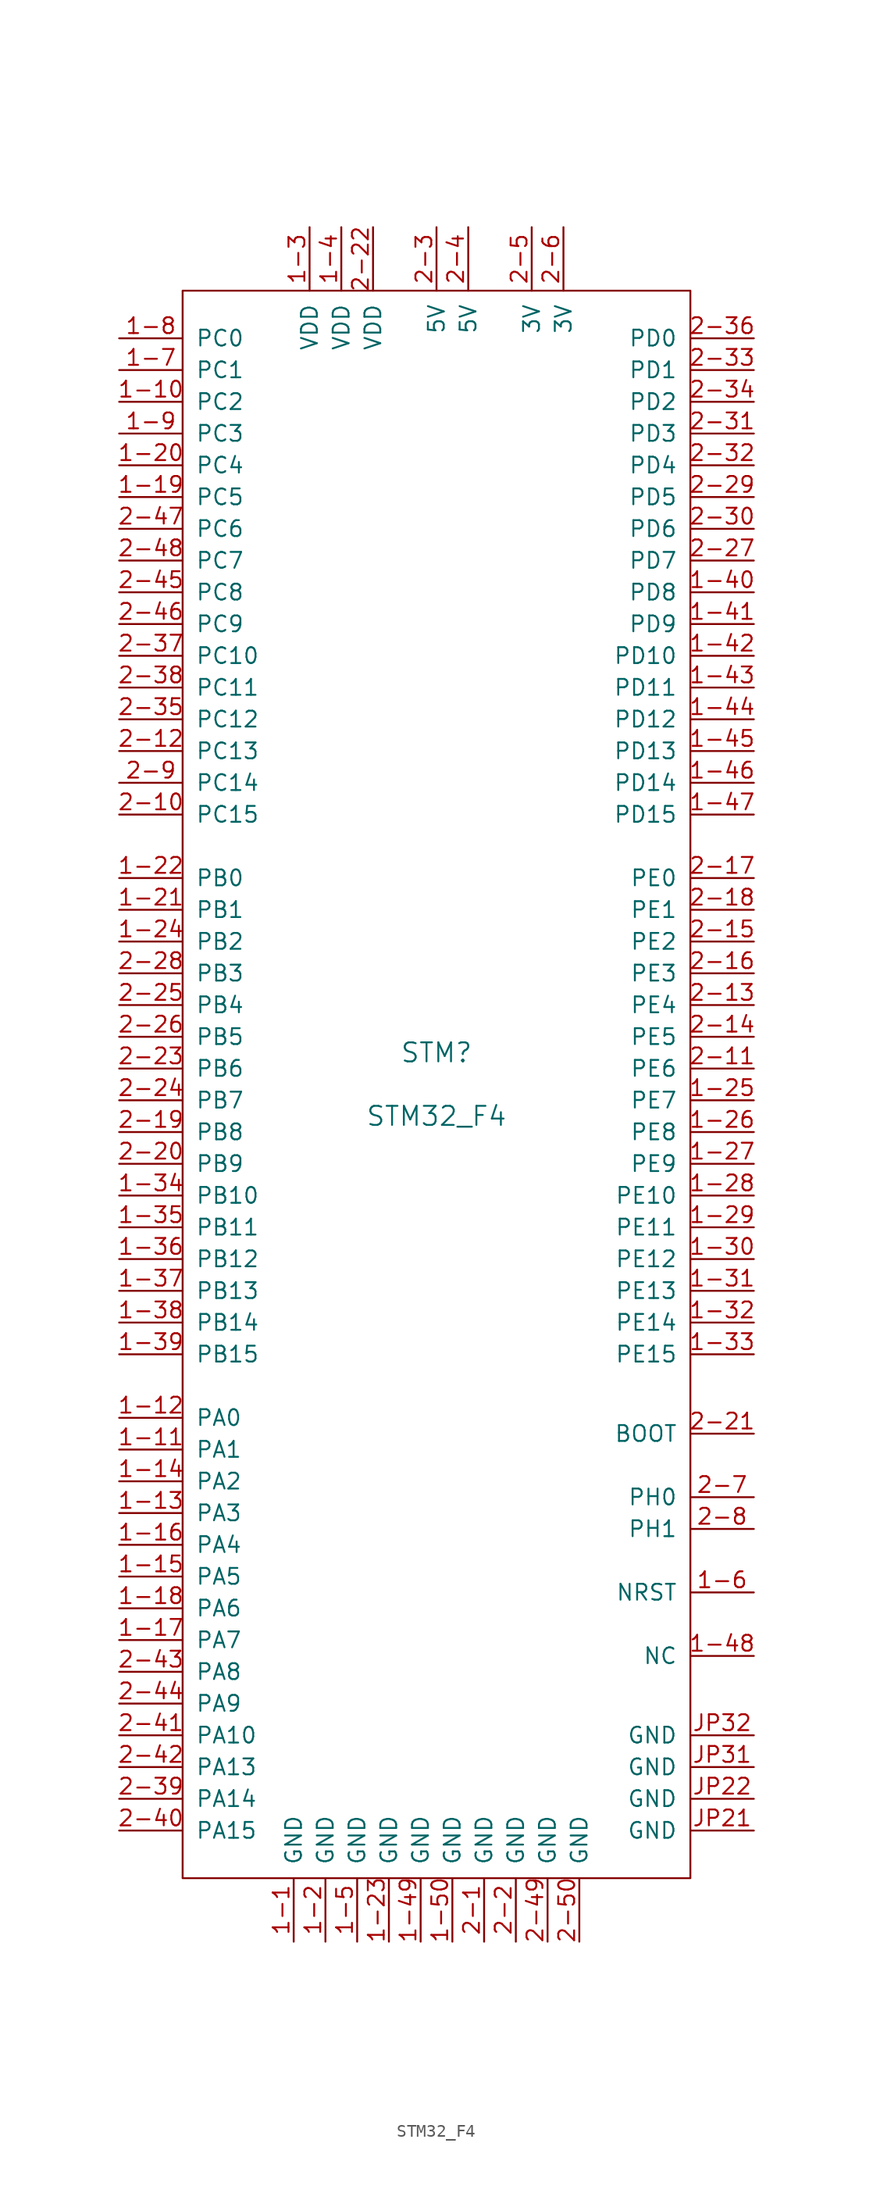
<source format=kicad_sym>
(kicad_symbol_lib
  (version 20220914)
  (generator kicad_symbol_editor)
  (symbol "STM32_F4"
    (pin_names
      (offset 1.016))
    (property "Reference" "STM"
      (at 0 2.54 0)
      (effects (font (size 1.524 1.524))))
    (property "Value" "STM32_F4"
      (at 0 -2.54 0)
      (effects (font (size 1.524 1.524))))
    (property "Footprint" ""
      (at 0 0 0)
      (effects (font (size 1.524 1.524))))
    (property "Datasheet" ""
      (at 0 0 0)
      (effects (font (size 1.524 1.524))))
    (symbol "STM32_F4_0_1"
      (rectangle (start -20.32 63.5) (end 20.32 -63.5) (stroke (width 0) (type default)) (fill (type none))))
    (symbol "STM32_F4_1_1"
      (pin passive line (at -11.43 -68.58 90) (length 5.08) (name "GND" (effects (font (size 1.27 1.27)))) (number "1-1" (effects (font (size 1.27 1.27)))))
      (pin passive line (at -25.4 54.61 0) (length 5.08) (name "PC2" (effects (font (size 1.27 1.27)))) (number "1-10" (effects (font (size 1.27 1.27)))))
      (pin passive line (at -25.4 -29.21 0) (length 5.08) (name "PA1" (effects (font (size 1.27 1.27)))) (number "1-11" (effects (font (size 1.27 1.27)))))
      (pin passive line (at -25.4 -26.67 0) (length 5.08) (name "PA0" (effects (font (size 1.27 1.27)))) (number "1-12" (effects (font (size 1.27 1.27)))))
      (pin passive line (at -25.4 -34.29 0) (length 5.08) (name "PA3" (effects (font (size 1.27 1.27)))) (number "1-13" (effects (font (size 1.27 1.27)))))
      (pin passive line (at -25.4 -31.75 0) (length 5.08) (name "PA2" (effects (font (size 1.27 1.27)))) (number "1-14" (effects (font (size 1.27 1.27)))))
      (pin passive line (at -25.4 -39.37 0) (length 5.08) (name "PA5" (effects (font (size 1.27 1.27)))) (number "1-15" (effects (font (size 1.27 1.27)))))
      (pin passive line (at -25.4 -36.83 0) (length 5.08) (name "PA4" (effects (font (size 1.27 1.27)))) (number "1-16" (effects (font (size 1.27 1.27)))))
      (pin passive line (at -25.4 -44.45 0) (length 5.08) (name "PA7" (effects (font (size 1.27 1.27)))) (number "1-17" (effects (font (size 1.27 1.27)))))
      (pin passive line (at -25.4 -41.91 0) (length 5.08) (name "PA6" (effects (font (size 1.27 1.27)))) (number "1-18" (effects (font (size 1.27 1.27)))))
      (pin passive line (at -25.4 46.99 0) (length 5.08) (name "PC5" (effects (font (size 1.27 1.27)))) (number "1-19" (effects (font (size 1.27 1.27)))))
      (pin passive line (at -8.89 -68.58 90) (length 5.08) (name "GND" (effects (font (size 1.27 1.27)))) (number "1-2" (effects (font (size 1.27 1.27)))))
      (pin passive line (at -25.4 49.53 0) (length 5.08) (name "PC4" (effects (font (size 1.27 1.27)))) (number "1-20" (effects (font (size 1.27 1.27)))))
      (pin passive line (at -25.4 13.97 0) (length 5.08) (name "PB1" (effects (font (size 1.27 1.27)))) (number "1-21" (effects (font (size 1.27 1.27)))))
      (pin passive line (at -25.4 16.51 0) (length 5.08) (name "PB0" (effects (font (size 1.27 1.27)))) (number "1-22" (effects (font (size 1.27 1.27)))))
      (pin passive line (at -3.81 -68.58 90) (length 5.08) (name "GND" (effects (font (size 1.27 1.27)))) (number "1-23" (effects (font (size 1.27 1.27)))))
      (pin passive line (at -25.4 11.43 0) (length 5.08) (name "PB2" (effects (font (size 1.27 1.27)))) (number "1-24" (effects (font (size 1.27 1.27)))))
      (pin passive line (at 25.4 -1.27 180) (length 5.08) (name "PE7" (effects (font (size 1.27 1.27)))) (number "1-25" (effects (font (size 1.27 1.27)))))
      (pin passive line (at 25.4 -3.81 180) (length 5.08) (name "PE8" (effects (font (size 1.27 1.27)))) (number "1-26" (effects (font (size 1.27 1.27)))))
      (pin passive line (at 25.4 -6.35 180) (length 5.08) (name "PE9" (effects (font (size 1.27 1.27)))) (number "1-27" (effects (font (size 1.27 1.27)))))
      (pin passive line (at 25.4 -8.89 180) (length 5.08) (name "PE10" (effects (font (size 1.27 1.27)))) (number "1-28" (effects (font (size 1.27 1.27)))))
      (pin passive line (at 25.4 -11.43 180) (length 5.08) (name "PE11" (effects (font (size 1.27 1.27)))) (number "1-29" (effects (font (size 1.27 1.27)))))
      (pin passive line (at -10.16 68.58 270) (length 5.08) (name "VDD" (effects (font (size 1.27 1.27)))) (number "1-3" (effects (font (size 1.27 1.27)))))
      (pin passive line (at 25.4 -13.97 180) (length 5.08) (name "PE12" (effects (font (size 1.27 1.27)))) (number "1-30" (effects (font (size 1.27 1.27)))))
      (pin passive line (at 25.4 -16.51 180) (length 5.08) (name "PE13" (effects (font (size 1.27 1.27)))) (number "1-31" (effects (font (size 1.27 1.27)))))
      (pin passive line (at 25.4 -19.05 180) (length 5.08) (name "PE14" (effects (font (size 1.27 1.27)))) (number "1-32" (effects (font (size 1.27 1.27)))))
      (pin passive line (at 25.4 -21.59 180) (length 5.08) (name "PE15" (effects (font (size 1.27 1.27)))) (number "1-33" (effects (font (size 1.27 1.27)))))
      (pin passive line (at -25.4 -8.89 0) (length 5.08) (name "PB10" (effects (font (size 1.27 1.27)))) (number "1-34" (effects (font (size 1.27 1.27)))))
      (pin passive line (at -25.4 -11.43 0) (length 5.08) (name "PB11" (effects (font (size 1.27 1.27)))) (number "1-35" (effects (font (size 1.27 1.27)))))
      (pin passive line (at -25.4 -13.97 0) (length 5.08) (name "PB12" (effects (font (size 1.27 1.27)))) (number "1-36" (effects (font (size 1.27 1.27)))))
      (pin passive line (at -25.4 -16.51 0) (length 5.08) (name "PB13" (effects (font (size 1.27 1.27)))) (number "1-37" (effects (font (size 1.27 1.27)))))
      (pin passive line (at -25.4 -19.05 0) (length 5.08) (name "PB14" (effects (font (size 1.27 1.27)))) (number "1-38" (effects (font (size 1.27 1.27)))))
      (pin passive line (at -25.4 -21.59 0) (length 5.08) (name "PB15" (effects (font (size 1.27 1.27)))) (number "1-39" (effects (font (size 1.27 1.27)))))
      (pin passive line (at -7.62 68.58 270) (length 5.08) (name "VDD" (effects (font (size 1.27 1.27)))) (number "1-4" (effects (font (size 1.27 1.27)))))
      (pin passive line (at 25.4 39.37 180) (length 5.08) (name "PD8" (effects (font (size 1.27 1.27)))) (number "1-40" (effects (font (size 1.27 1.27)))))
      (pin passive line (at 25.4 36.83 180) (length 5.08) (name "PD9" (effects (font (size 1.27 1.27)))) (number "1-41" (effects (font (size 1.27 1.27)))))
      (pin passive line (at 25.4 34.29 180) (length 5.08) (name "PD10" (effects (font (size 1.27 1.27)))) (number "1-42" (effects (font (size 1.27 1.27)))))
      (pin passive line (at 25.4 31.75 180) (length 5.08) (name "PD11" (effects (font (size 1.27 1.27)))) (number "1-43" (effects (font (size 1.27 1.27)))))
      (pin passive line (at 25.4 29.21 180) (length 5.08) (name "PD12" (effects (font (size 1.27 1.27)))) (number "1-44" (effects (font (size 1.27 1.27)))))
      (pin passive line (at 25.4 26.67 180) (length 5.08) (name "PD13" (effects (font (size 1.27 1.27)))) (number "1-45" (effects (font (size 1.27 1.27)))))
      (pin passive line (at 25.4 24.13 180) (length 5.08) (name "PD14" (effects (font (size 1.27 1.27)))) (number "1-46" (effects (font (size 1.27 1.27)))))
      (pin passive line (at 25.4 21.59 180) (length 5.08) (name "PD15" (effects (font (size 1.27 1.27)))) (number "1-47" (effects (font (size 1.27 1.27)))))
      (pin input line (at 25.4 -45.72 180) (length 5.08) (name "NC" (effects (font (size 1.27 1.27)))) (number "1-48" (effects (font (size 1.27 1.27)))))
      (pin passive line (at -1.27 -68.58 90) (length 5.08) (name "GND" (effects (font (size 1.27 1.27)))) (number "1-49" (effects (font (size 1.27 1.27)))))
      (pin passive line (at -6.35 -68.58 90) (length 5.08) (name "GND" (effects (font (size 1.27 1.27)))) (number "1-5" (effects (font (size 1.27 1.27)))))
      (pin passive line (at 1.27 -68.58 90) (length 5.08) (name "GND" (effects (font (size 1.27 1.27)))) (number "1-50" (effects (font (size 1.27 1.27)))))
      (pin passive line (at 25.4 -40.64 180) (length 5.08) (name "NRST" (effects (font (size 1.27 1.27)))) (number "1-6" (effects (font (size 1.27 1.27)))))
      (pin passive line (at -25.4 57.15 0) (length 5.08) (name "PC1" (effects (font (size 1.27 1.27)))) (number "1-7" (effects (font (size 1.27 1.27)))))
      (pin passive line (at -25.4 59.69 0) (length 5.08) (name "PC0" (effects (font (size 1.27 1.27)))) (number "1-8" (effects (font (size 1.27 1.27)))))
      (pin passive line (at -25.4 52.07 0) (length 5.08) (name "PC3" (effects (font (size 1.27 1.27)))) (number "1-9" (effects (font (size 1.27 1.27)))))
      (pin passive line (at 3.81 -68.58 90) (length 5.08) (name "GND" (effects (font (size 1.27 1.27)))) (number "2-1" (effects (font (size 1.27 1.27)))))
      (pin passive line (at -25.4 21.59 0) (length 5.08) (name "PC15" (effects (font (size 1.27 1.27)))) (number "2-10" (effects (font (size 1.27 1.27)))))
      (pin passive line (at 25.4 1.27 180) (length 5.08) (name "PE6" (effects (font (size 1.27 1.27)))) (number "2-11" (effects (font (size 1.27 1.27)))))
      (pin passive line (at -25.4 26.67 0) (length 5.08) (name "PC13" (effects (font (size 1.27 1.27)))) (number "2-12" (effects (font (size 1.27 1.27)))))
      (pin passive line (at 25.4 6.35 180) (length 5.08) (name "PE4" (effects (font (size 1.27 1.27)))) (number "2-13" (effects (font (size 1.27 1.27)))))
      (pin passive line (at 25.4 3.81 180) (length 5.08) (name "PE5" (effects (font (size 1.27 1.27)))) (number "2-14" (effects (font (size 1.27 1.27)))))
      (pin passive line (at 25.4 11.43 180) (length 5.08) (name "PE2" (effects (font (size 1.27 1.27)))) (number "2-15" (effects (font (size 1.27 1.27)))))
      (pin passive line (at 25.4 8.89 180) (length 5.08) (name "PE3" (effects (font (size 1.27 1.27)))) (number "2-16" (effects (font (size 1.27 1.27)))))
      (pin passive line (at 25.4 16.51 180) (length 5.08) (name "PE0" (effects (font (size 1.27 1.27)))) (number "2-17" (effects (font (size 1.27 1.27)))))
      (pin passive line (at 25.4 13.97 180) (length 5.08) (name "PE1" (effects (font (size 1.27 1.27)))) (number "2-18" (effects (font (size 1.27 1.27)))))
      (pin passive line (at -25.4 -3.81 0) (length 5.08) (name "PB8" (effects (font (size 1.27 1.27)))) (number "2-19" (effects (font (size 1.27 1.27)))))
      (pin passive line (at 6.35 -68.58 90) (length 5.08) (name "GND" (effects (font (size 1.27 1.27)))) (number "2-2" (effects (font (size 1.27 1.27)))))
      (pin passive line (at -25.4 -6.35 0) (length 5.08) (name "PB9" (effects (font (size 1.27 1.27)))) (number "2-20" (effects (font (size 1.27 1.27)))))
      (pin passive line (at 25.4 -27.94 180) (length 5.08) (name "BOOT" (effects (font (size 1.27 1.27)))) (number "2-21" (effects (font (size 1.27 1.27)))))
      (pin passive line (at -5.08 68.58 270) (length 5.08) (name "VDD" (effects (font (size 1.27 1.27)))) (number "2-22" (effects (font (size 1.27 1.27)))))
      (pin passive line (at -25.4 1.27 0) (length 5.08) (name "PB6" (effects (font (size 1.27 1.27)))) (number "2-23" (effects (font (size 1.27 1.27)))))
      (pin passive line (at -25.4 -1.27 0) (length 5.08) (name "PB7" (effects (font (size 1.27 1.27)))) (number "2-24" (effects (font (size 1.27 1.27)))))
      (pin passive line (at -25.4 6.35 0) (length 5.08) (name "PB4" (effects (font (size 1.27 1.27)))) (number "2-25" (effects (font (size 1.27 1.27)))))
      (pin passive line (at -25.4 3.81 0) (length 5.08) (name "PB5" (effects (font (size 1.27 1.27)))) (number "2-26" (effects (font (size 1.27 1.27)))))
      (pin passive line (at 25.4 41.91 180) (length 5.08) (name "PD7" (effects (font (size 1.27 1.27)))) (number "2-27" (effects (font (size 1.27 1.27)))))
      (pin passive line (at -25.4 8.89 0) (length 5.08) (name "PB3" (effects (font (size 1.27 1.27)))) (number "2-28" (effects (font (size 1.27 1.27)))))
      (pin passive line (at 25.4 46.99 180) (length 5.08) (name "PD5" (effects (font (size 1.27 1.27)))) (number "2-29" (effects (font (size 1.27 1.27)))))
      (pin passive line (at 0 68.58 270) (length 5.08) (name "5V" (effects (font (size 1.27 1.27)))) (number "2-3" (effects (font (size 1.27 1.27)))))
      (pin passive line (at 25.4 44.45 180) (length 5.08) (name "PD6" (effects (font (size 1.27 1.27)))) (number "2-30" (effects (font (size 1.27 1.27)))))
      (pin passive line (at 25.4 52.07 180) (length 5.08) (name "PD3" (effects (font (size 1.27 1.27)))) (number "2-31" (effects (font (size 1.27 1.27)))))
      (pin passive line (at 25.4 49.53 180) (length 5.08) (name "PD4" (effects (font (size 1.27 1.27)))) (number "2-32" (effects (font (size 1.27 1.27)))))
      (pin passive line (at 25.4 57.15 180) (length 5.08) (name "PD1" (effects (font (size 1.27 1.27)))) (number "2-33" (effects (font (size 1.27 1.27)))))
      (pin passive line (at 25.4 54.61 180) (length 5.08) (name "PD2" (effects (font (size 1.27 1.27)))) (number "2-34" (effects (font (size 1.27 1.27)))))
      (pin passive line (at -25.4 29.21 0) (length 5.08) (name "PC12" (effects (font (size 1.27 1.27)))) (number "2-35" (effects (font (size 1.27 1.27)))))
      (pin passive line (at 25.4 59.69 180) (length 5.08) (name "PD0" (effects (font (size 1.27 1.27)))) (number "2-36" (effects (font (size 1.27 1.27)))))
      (pin passive line (at -25.4 34.29 0) (length 5.08) (name "PC10" (effects (font (size 1.27 1.27)))) (number "2-37" (effects (font (size 1.27 1.27)))))
      (pin passive line (at -25.4 31.75 0) (length 5.08) (name "PC11" (effects (font (size 1.27 1.27)))) (number "2-38" (effects (font (size 1.27 1.27)))))
      (pin passive line (at -25.4 -57.15 0) (length 5.08) (name "PA14" (effects (font (size 1.27 1.27)))) (number "2-39" (effects (font (size 1.27 1.27)))))
      (pin passive line (at 2.54 68.58 270) (length 5.08) (name "5V" (effects (font (size 1.27 1.27)))) (number "2-4" (effects (font (size 1.27 1.27)))))
      (pin passive line (at -25.4 -59.69 0) (length 5.08) (name "PA15" (effects (font (size 1.27 1.27)))) (number "2-40" (effects (font (size 1.27 1.27)))))
      (pin passive line (at -25.4 -52.07 0) (length 5.08) (name "PA10" (effects (font (size 1.27 1.27)))) (number "2-41" (effects (font (size 1.27 1.27)))))
      (pin passive line (at -25.4 -54.61 0) (length 5.08) (name "PA13" (effects (font (size 1.27 1.27)))) (number "2-42" (effects (font (size 1.27 1.27)))))
      (pin passive line (at -25.4 -46.99 0) (length 5.08) (name "PA8" (effects (font (size 1.27 1.27)))) (number "2-43" (effects (font (size 1.27 1.27)))))
      (pin passive line (at -25.4 -49.53 0) (length 5.08) (name "PA9" (effects (font (size 1.27 1.27)))) (number "2-44" (effects (font (size 1.27 1.27)))))
      (pin passive line (at -25.4 39.37 0) (length 5.08) (name "PC8" (effects (font (size 1.27 1.27)))) (number "2-45" (effects (font (size 1.27 1.27)))))
      (pin passive line (at -25.4 36.83 0) (length 5.08) (name "PC9" (effects (font (size 1.27 1.27)))) (number "2-46" (effects (font (size 1.27 1.27)))))
      (pin passive line (at -25.4 44.45 0) (length 5.08) (name "PC6" (effects (font (size 1.27 1.27)))) (number "2-47" (effects (font (size 1.27 1.27)))))
      (pin passive line (at -25.4 41.91 0) (length 5.08) (name "PC7" (effects (font (size 1.27 1.27)))) (number "2-48" (effects (font (size 1.27 1.27)))))
      (pin passive line (at 8.89 -68.58 90) (length 5.08) (name "GND" (effects (font (size 1.27 1.27)))) (number "2-49" (effects (font (size 1.27 1.27)))))
      (pin passive line (at 7.62 68.58 270) (length 5.08) (name "3V" (effects (font (size 1.27 1.27)))) (number "2-5" (effects (font (size 1.27 1.27)))))
      (pin passive line (at 11.43 -68.58 90) (length 5.08) (name "GND" (effects (font (size 1.27 1.27)))) (number "2-50" (effects (font (size 1.27 1.27)))))
      (pin passive line (at 10.16 68.58 270) (length 5.08) (name "3V" (effects (font (size 1.27 1.27)))) (number "2-6" (effects (font (size 1.27 1.27)))))
      (pin passive line (at 25.4 -33.02 180) (length 5.08) (name "PH0" (effects (font (size 1.27 1.27)))) (number "2-7" (effects (font (size 1.27 1.27)))))
      (pin passive line (at 25.4 -35.56 180) (length 5.08) (name "PH1" (effects (font (size 1.27 1.27)))) (number "2-8" (effects (font (size 1.27 1.27)))))
      (pin passive line (at -25.4 24.13 0) (length 5.08) (name "PC14" (effects (font (size 1.27 1.27)))) (number "2-9" (effects (font (size 1.27 1.27)))))
      (pin passive line (at 25.4 -59.69 180) (length 5.08) (name "GND" (effects (font (size 1.27 1.27)))) (number "JP21" (effects (font (size 1.27 1.27)))))
      (pin passive line (at 25.4 -57.15 180) (length 5.08) (name "GND" (effects (font (size 1.27 1.27)))) (number "JP22" (effects (font (size 1.27 1.27)))))
      (pin passive line (at 25.4 -54.61 180) (length 5.08) (name "GND" (effects (font (size 1.27 1.27)))) (number "JP31" (effects (font (size 1.27 1.27)))))
      (pin passive line (at 25.4 -52.07 180) (length 5.08) (name "GND" (effects (font (size 1.27 1.27)))) (number "JP32" (effects (font (size 1.27 1.27))))))))
</source>
